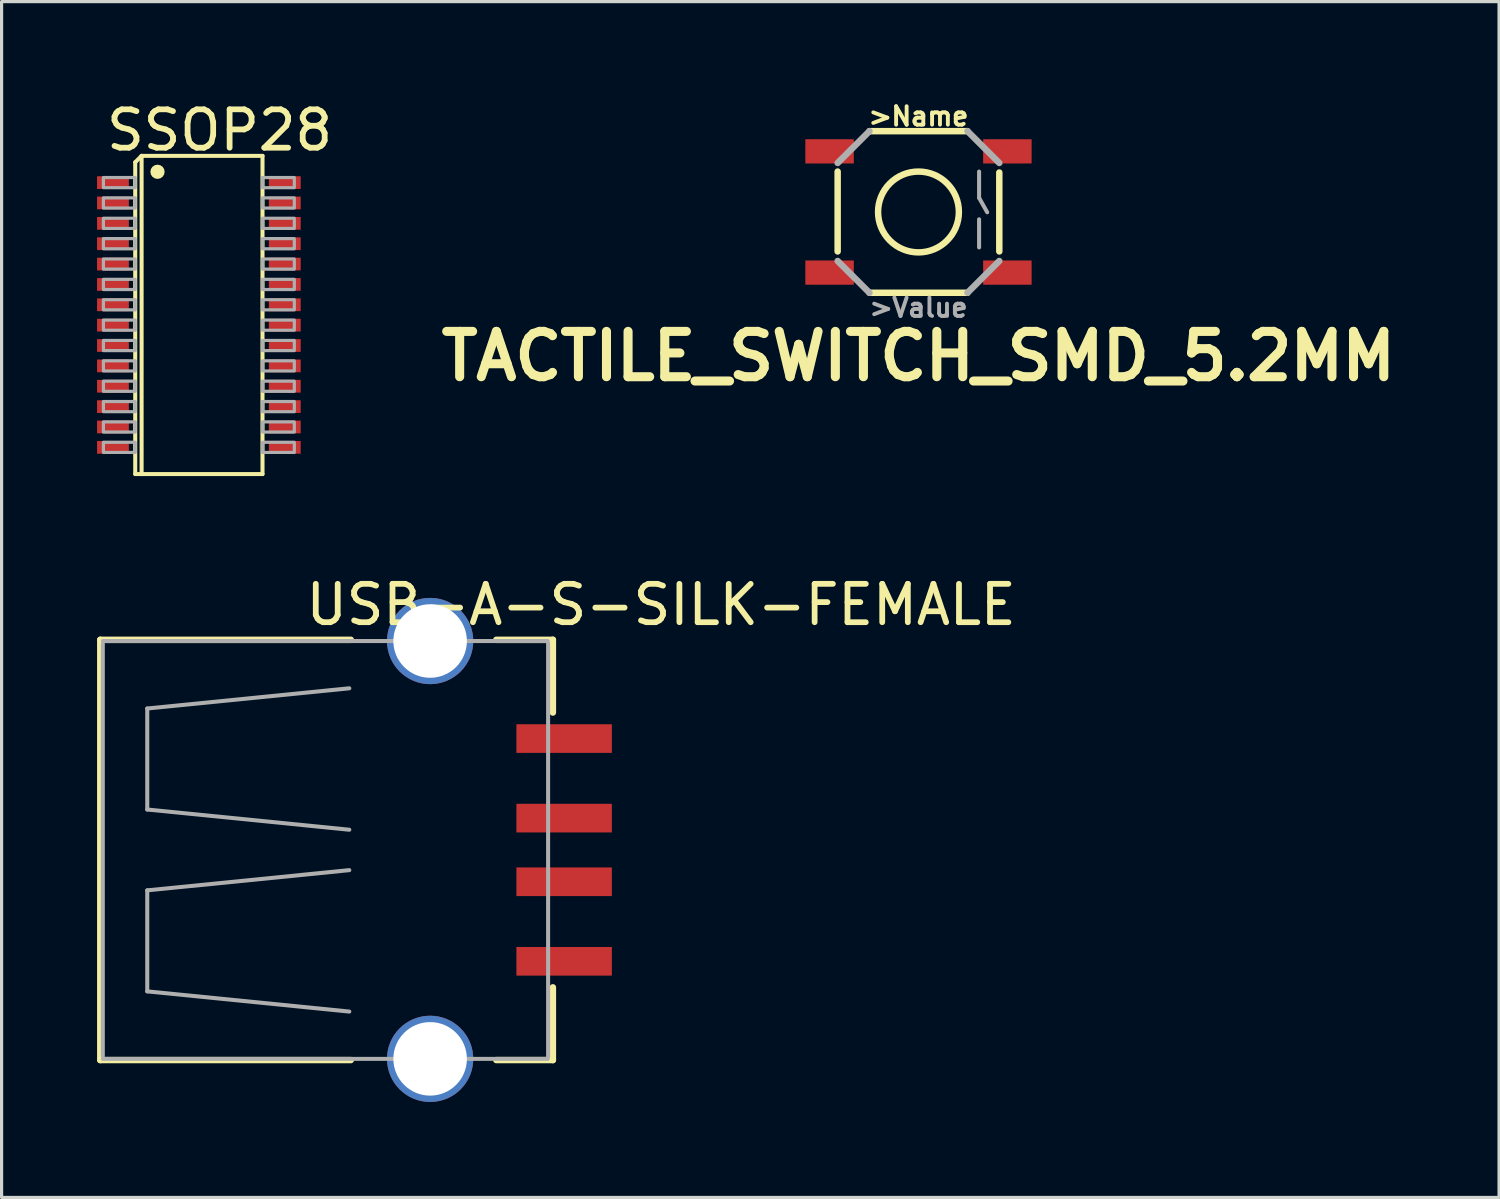
<source format=kicad_pcb>
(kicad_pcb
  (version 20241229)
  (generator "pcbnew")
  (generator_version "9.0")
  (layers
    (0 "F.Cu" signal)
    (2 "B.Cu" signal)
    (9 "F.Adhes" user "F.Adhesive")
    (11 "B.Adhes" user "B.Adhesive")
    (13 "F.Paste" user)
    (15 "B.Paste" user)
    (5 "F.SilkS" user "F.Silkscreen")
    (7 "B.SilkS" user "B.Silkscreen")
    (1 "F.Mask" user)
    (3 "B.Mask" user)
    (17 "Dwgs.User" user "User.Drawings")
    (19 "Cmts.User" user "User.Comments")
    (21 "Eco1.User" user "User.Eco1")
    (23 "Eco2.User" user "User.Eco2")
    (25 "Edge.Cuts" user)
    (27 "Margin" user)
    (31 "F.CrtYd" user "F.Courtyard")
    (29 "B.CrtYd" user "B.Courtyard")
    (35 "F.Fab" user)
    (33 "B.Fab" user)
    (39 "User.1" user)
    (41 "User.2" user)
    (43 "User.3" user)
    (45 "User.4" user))
  (footprint "TACTILE_SWITCH_SMD_5.2MM"
    (layer "F.Cu")
    (at 25.816 3.612)
    (property "Reference" "TACTILE_SWITCH_SMD_5.2MM" (at 0 4.533 0) (layer "F.SilkS") (effects (font (size 1.425 1.425) (thickness 0.285))))
    (attr through_hole)
    (fp_line (start -2.54 1.24) (end -2.54 -1.27) (stroke (width 0.203) (type solid)) (layer "F.SilkS"))
    (fp_line (start -1.54 -2.54) (end 1.54 -2.54) (stroke (width 0.203) (type solid)) (layer "F.SilkS"))
    (fp_line (start 1.54 2.54) (end -1.54 2.54) (stroke (width 0.203) (type solid)) (layer "F.SilkS"))
    (fp_line (start 2.54 -1.24) (end 2.54 1.24) (stroke (width 0.203) (type solid)) (layer "F.SilkS"))
    (fp_circle (center 0 0) (end 1.27 0) (stroke (width 0.203) (type solid)) (fill no) (layer "F.SilkS"))
    (fp_line (start -2.54 -1.54) (end -1.54 -2.54) (stroke (width 0.203) (type solid)) (layer "F.Fab"))
    (fp_line (start -1.54 2.54) (end -2.54 1.54) (stroke (width 0.203) (type solid)) (layer "F.Fab"))
    (fp_line (start 1.54 -2.54) (end 2.54 -1.54) (stroke (width 0.203) (type solid)) (layer "F.Fab"))
    (fp_line (start 1.905 -1.27) (end 1.905 -0.445) (stroke (width 0.127) (type solid)) (layer "F.Fab"))
    (fp_line (start 1.905 -0.445) (end 2.16 0.01) (stroke (width 0.127) (type solid)) (layer "F.Fab"))
    (fp_line (start 1.905 0.23) (end 1.905 1.115) (stroke (width 0.127) (type solid)) (layer "F.Fab"))
    (fp_line (start 2.54 1.54) (end 1.54 2.54) (stroke (width 0.203) (type solid)) (layer "F.Fab"))
    (fp_text user ">Name" (at 0 -2.667 0) (layer "F.SilkS") (effects (font (size 0.579 0.579) (thickness 0.122)) (justify bottom)))
    (fp_text user ">Value" (at 0 2.667 0) (layer "F.Fab") (effects (font (size 0.579 0.579) (thickness 0.122)) (justify top)))
    (pad "1" smd rect (at -2.794 -1.905 90) (size 0.762 1.524) (layers "F.Cu" "F.Mask" "F.Paste"))
    (pad "2" smd rect (at 2.794 -1.905 90) (size 0.762 1.524) (layers "F.Cu" "F.Mask" "F.Paste"))
    (pad "3" smd rect (at -2.794 1.905 90) (size 0.762 1.524) (layers "F.Cu" "F.Mask" "F.Paste"))
    (pad "4" smd rect (at 2.794 1.905 90) (size 0.762 1.524) (layers "F.Cu" "F.Mask" "F.Paste")))
  (footprint "SSOP28"
    (layer "F.Cu")
    (at 3.2 6.849)
    (property "Reference" "SSOP28" (at -3 -5.1 0) (layer "F.SilkS") (effects (font (size 1.206 1.206) (thickness 0.181)) (justify left bottom)))
    (attr through_hole)
    (fp_line (start -2 -4.8) (end -2 5) (stroke (width 0.127) (type solid)) (layer "F.SilkS"))
    (fp_line (start -2 5) (end -1.8 5) (stroke (width 0.127) (type solid)) (layer "F.SilkS"))
    (fp_line (start -1.8 -5) (end -2 -4.8) (stroke (width 0.127) (type solid)) (layer "F.SilkS"))
    (fp_line (start -1.8 -5) (end -1.8 5) (stroke (width 0.127) (type solid)) (layer "F.SilkS"))
    (fp_line (start -1.8 5) (end 2 5) (stroke (width 0.127) (type solid)) (layer "F.SilkS"))
    (fp_line (start 2 -5) (end -1.8 -5) (stroke (width 0.127) (type solid)) (layer "F.SilkS"))
    (fp_line (start 2 5) (end 2 -5) (stroke (width 0.127) (type solid)) (layer "F.SilkS"))
    (fp_circle (center -1.3 -4.5) (end -1.188 -4.5) (stroke (width 0.224) (type solid)) (fill no) (layer "F.SilkS"))
    (fp_poly (pts (xy -3 -4) (xy -2 -4) (xy -2 -4.32) (xy -3 -4.32)) (stroke (width 0.1) (type solid)) (fill no) (layer "F.Fab"))
    (fp_poly (pts (xy -3 -3.36) (xy -2 -3.36) (xy -2 -3.68) (xy -3 -3.68)) (stroke (width 0.1) (type solid)) (fill no) (layer "F.Fab"))
    (fp_poly (pts (xy -3 -2.72) (xy -2 -2.72) (xy -2 -3.04) (xy -3 -3.04)) (stroke (width 0.1) (type solid)) (fill no) (layer "F.Fab"))
    (fp_poly (pts (xy -3 -2.08) (xy -2 -2.08) (xy -2 -2.4) (xy -3 -2.4)) (stroke (width 0.1) (type solid)) (fill no) (layer "F.Fab"))
    (fp_poly (pts (xy -3 -1.44) (xy -2 -1.44) (xy -2 -1.76) (xy -3 -1.76)) (stroke (width 0.1) (type solid)) (fill no) (layer "F.Fab"))
    (fp_poly (pts (xy -3 -0.8) (xy -2 -0.8) (xy -2 -1.12) (xy -3 -1.12)) (stroke (width 0.1) (type solid)) (fill no) (layer "F.Fab"))
    (fp_poly (pts (xy -3 -0.16) (xy -2 -0.16) (xy -2 -0.48) (xy -3 -0.48)) (stroke (width 0.1) (type solid)) (fill no) (layer "F.Fab"))
    (fp_poly (pts (xy -3 0.48) (xy -2 0.48) (xy -2 0.16) (xy -3 0.16)) (stroke (width 0.1) (type solid)) (fill no) (layer "F.Fab"))
    (fp_poly (pts (xy -3 1.12) (xy -2 1.12) (xy -2 0.8) (xy -3 0.8)) (stroke (width 0.1) (type solid)) (fill no) (layer "F.Fab"))
    (fp_poly (pts (xy -3 1.76) (xy -2 1.76) (xy -2 1.44) (xy -3 1.44)) (stroke (width 0.1) (type solid)) (fill no) (layer "F.Fab"))
    (fp_poly (pts (xy -3 2.4) (xy -2 2.4) (xy -2 2.08) (xy -3 2.08)) (stroke (width 0.1) (type solid)) (fill no) (layer "F.Fab"))
    (fp_poly (pts (xy -3 3.04) (xy -2 3.04) (xy -2 2.72) (xy -3 2.72)) (stroke (width 0.1) (type solid)) (fill no) (layer "F.Fab"))
    (fp_poly (pts (xy -3 3.68) (xy -2 3.68) (xy -2 3.36) (xy -3 3.36)) (stroke (width 0.1) (type solid)) (fill no) (layer "F.Fab"))
    (fp_poly (pts (xy -3 4.32) (xy -2 4.32) (xy -2 4) (xy -3 4)) (stroke (width 0.1) (type solid)) (fill no) (layer "F.Fab"))
    (fp_poly (pts (xy 3 -4.32) (xy 2 -4.32) (xy 2 -4) (xy 3 -4)) (stroke (width 0.1) (type solid)) (fill no) (layer "F.Fab"))
    (fp_poly (pts (xy 3 -3.68) (xy 2 -3.68) (xy 2 -3.36) (xy 3 -3.36)) (stroke (width 0.1) (type solid)) (fill no) (layer "F.Fab"))
    (fp_poly (pts (xy 3 -3.04) (xy 2 -3.04) (xy 2 -2.72) (xy 3 -2.72)) (stroke (width 0.1) (type solid)) (fill no) (layer "F.Fab"))
    (fp_poly (pts (xy 3 -2.4) (xy 2 -2.4) (xy 2 -2.08) (xy 3 -2.08)) (stroke (width 0.1) (type solid)) (fill no) (layer "F.Fab"))
    (fp_poly (pts (xy 3 -1.76) (xy 2 -1.76) (xy 2 -1.44) (xy 3 -1.44)) (stroke (width 0.1) (type solid)) (fill no) (layer "F.Fab"))
    (fp_poly (pts (xy 3 -1.12) (xy 2 -1.12) (xy 2 -0.8) (xy 3 -0.8)) (stroke (width 0.1) (type solid)) (fill no) (layer "F.Fab"))
    (fp_poly (pts (xy 3 -0.48) (xy 2 -0.48) (xy 2 -0.16) (xy 3 -0.16)) (stroke (width 0.1) (type solid)) (fill no) (layer "F.Fab"))
    (fp_poly (pts (xy 3 0.16) (xy 2 0.16) (xy 2 0.48) (xy 3 0.48)) (stroke (width 0.1) (type solid)) (fill no) (layer "F.Fab"))
    (fp_poly (pts (xy 3 0.8) (xy 2 0.8) (xy 2 1.12) (xy 3 1.12)) (stroke (width 0.1) (type solid)) (fill no) (layer "F.Fab"))
    (fp_poly (pts (xy 3 1.44) (xy 2 1.44) (xy 2 1.76) (xy 3 1.76)) (stroke (width 0.1) (type solid)) (fill no) (layer "F.Fab"))
    (fp_poly (pts (xy 3 2.08) (xy 2 2.08) (xy 2 2.4) (xy 3 2.4)) (stroke (width 0.1) (type solid)) (fill no) (layer "F.Fab"))
    (fp_poly (pts (xy 3 2.72) (xy 2 2.72) (xy 2 3.04) (xy 3 3.04)) (stroke (width 0.1) (type solid)) (fill no) (layer "F.Fab"))
    (fp_poly (pts (xy 3 3.36) (xy 2 3.36) (xy 2 3.68) (xy 3 3.68)) (stroke (width 0.1) (type solid)) (fill no) (layer "F.Fab"))
    (fp_poly (pts (xy 3 4) (xy 2 4) (xy 2 4.32) (xy 3 4.32)) (stroke (width 0.1) (type solid)) (fill no) (layer "F.Fab"))
    (pad "1" smd rect (at -2.7 -4.16 180) (size 1 0.4) (layers "F.Cu" "F.Mask" "F.Paste"))
    (pad "2" smd rect (at -2.7 -3.52 180) (size 1 0.4) (layers "F.Cu" "F.Mask" "F.Paste"))
    (pad "3" smd rect (at -2.7 -2.88 180) (size 1 0.4) (layers "F.Cu" "F.Mask" "F.Paste"))
    (pad "4" smd rect (at -2.7 -2.24 180) (size 1 0.4) (layers "F.Cu" "F.Mask" "F.Paste"))
    (pad "5" smd rect (at -2.7 -1.6 180) (size 1 0.4) (layers "F.Cu" "F.Mask" "F.Paste"))
    (pad "6" smd rect (at -2.7 -0.96 180) (size 1 0.4) (layers "F.Cu" "F.Mask" "F.Paste"))
    (pad "7" smd rect (at -2.7 -0.32 180) (size 1 0.4) (layers "F.Cu" "F.Mask" "F.Paste"))
    (pad "8" smd rect (at -2.7 0.32 180) (size 1 0.4) (layers "F.Cu" "F.Mask" "F.Paste"))
    (pad "9" smd rect (at -2.7 0.96 180) (size 1 0.4) (layers "F.Cu" "F.Mask" "F.Paste"))
    (pad "10" smd rect (at -2.7 1.6 180) (size 1 0.4) (layers "F.Cu" "F.Mask" "F.Paste"))
    (pad "11" smd rect (at -2.7 2.24 180) (size 1 0.4) (layers "F.Cu" "F.Mask" "F.Paste"))
    (pad "12" smd rect (at -2.7 2.88 180) (size 1 0.4) (layers "F.Cu" "F.Mask" "F.Paste"))
    (pad "13" smd rect (at -2.7 3.52 180) (size 1 0.4) (layers "F.Cu" "F.Mask" "F.Paste"))
    (pad "14" smd rect (at -2.7 4.16 180) (size 1 0.4) (layers "F.Cu" "F.Mask" "F.Paste"))
    (pad "15" smd rect (at 2.7 4.16) (size 1 0.4) (layers "F.Cu" "F.Mask" "F.Paste"))
    (pad "16" smd rect (at 2.7 3.52) (size 1 0.4) (layers "F.Cu" "F.Mask" "F.Paste"))
    (pad "17" smd rect (at 2.7 2.88) (size 1 0.4) (layers "F.Cu" "F.Mask" "F.Paste"))
    (pad "18" smd rect (at 2.7 2.24) (size 1 0.4) (layers "F.Cu" "F.Mask" "F.Paste"))
    (pad "19" smd rect (at 2.7 1.6) (size 1 0.4) (layers "F.Cu" "F.Mask" "F.Paste"))
    (pad "20" smd rect (at 2.7 0.96) (size 1 0.4) (layers "F.Cu" "F.Mask" "F.Paste"))
    (pad "21" smd rect (at 2.7 0.32) (size 1 0.4) (layers "F.Cu" "F.Mask" "F.Paste"))
    (pad "22" smd rect (at 2.7 -0.32) (size 1 0.4) (layers "F.Cu" "F.Mask" "F.Paste"))
    (pad "23" smd rect (at 2.7 -0.96) (size 1 0.4) (layers "F.Cu" "F.Mask" "F.Paste"))
    (pad "24" smd rect (at 2.7 -1.6) (size 1 0.4) (layers "F.Cu" "F.Mask" "F.Paste"))
    (pad "25" smd rect (at 2.7 -2.24) (size 1 0.4) (layers "F.Cu" "F.Mask" "F.Paste"))
    (pad "26" smd rect (at 2.7 -2.88) (size 1 0.4) (layers "F.Cu" "F.Mask" "F.Paste"))
    (pad "27" smd rect (at 2.7 -3.52) (size 1 0.4) (layers "F.Cu" "F.Mask" "F.Paste"))
    (pad "28" smd rect (at 2.7 -4.16) (size 1 0.4) (layers "F.Cu" "F.Mask" "F.Paste")))
  (footprint "USB-A-S-SILK-FEMALE"
    (layer "F.Cu")
    (at 7.468 23.662)
    (property "Reference" "USB-A-S-SILK-FEMALE" (at -1 -7 180) (layer "F.SilkS") (effects (font (size 1.206 1.206) (thickness 0.181)) (justify left bottom)))
    (attr through_hole)
    (fp_line (start -7.366 -6.604) (end -7.366 6.604) (stroke (width 0.203) (type solid)) (layer "F.SilkS"))
    (fp_line (start -7.366 -6.604) (end 0.508 -6.604) (stroke (width 0.203) (type solid)) (layer "F.SilkS"))
    (fp_line (start -7.366 6.604) (end 0.508 6.604) (stroke (width 0.203) (type solid)) (layer "F.SilkS"))
    (fp_line (start 5.08 6.604) (end 6.858 6.604) (stroke (width 0.203) (type solid)) (layer "F.SilkS"))
    (fp_line (start 6.858 -6.604) (end 5.08 -6.604) (stroke (width 0.203) (type solid)) (layer "F.SilkS"))
    (fp_line (start 6.858 -4.318) (end 6.858 -6.604) (stroke (width 0.203) (type solid)) (layer "F.SilkS"))
    (fp_line (start 6.858 6.604) (end 6.858 4.318) (stroke (width 0.203) (type solid)) (layer "F.SilkS"))
    (fp_line (start -7.287 -6.477) (end -7.287 6.477) (stroke (width 0.127) (type solid)) (layer "F.Fab"))
    (fp_line (start -5.89 -4.445) (end -5.89 -1.27) (stroke (width 0.127) (type solid)) (layer "F.Fab"))
    (fp_line (start -5.89 -1.27) (end 0.46 -0.635) (stroke (width 0.127) (type solid)) (layer "F.Fab"))
    (fp_line (start -5.89 1.27) (end 0.46 0.635) (stroke (width 0.127) (type solid)) (layer "F.Fab"))
    (fp_line (start -5.89 4.445) (end -5.89 1.27) (stroke (width 0.127) (type solid)) (layer "F.Fab"))
    (fp_line (start 0.46 -5.08) (end -5.89 -4.445) (stroke (width 0.127) (type solid)) (layer "F.Fab"))
    (fp_line (start 0.46 5.08) (end -5.89 4.445) (stroke (width 0.127) (type solid)) (layer "F.Fab"))
    (fp_line (start 6.696 -6.566) (end -7.287 -6.566) (stroke (width 0.127) (type solid)) (layer "F.Fab"))
    (fp_line (start 6.696 6.566) (end -7.287 6.566) (stroke (width 0.127) (type solid)) (layer "F.Fab"))
    (fp_line (start 6.708 -6.502) (end 6.708 6.502) (stroke (width 0.127) (type solid)) (layer "F.Fab"))
    (pad "D+" smd rect (at 7.212 1) (size 3 0.9) (layers "F.Cu" "F.Mask" "F.Paste"))
    (pad "D-" smd rect (at 7.212 -1) (size 3 0.9) (layers "F.Cu" "F.Mask" "F.Paste"))
    (pad "GND" smd rect (at 7.212 3.5) (size 3 0.9) (layers "F.Cu" "F.Mask" "F.Paste"))
    (pad "SHLD1" thru_hole circle (at 3 6.566 270) (size 2.711 2.711) (drill 2.311) (layers "*.Cu" "*.Mask"))
    (pad "SHLD2" thru_hole circle (at 3 -6.566 270) (size 2.711 2.711) (drill 2.311) (layers "*.Cu" "*.Mask"))
    (pad "VBUS" smd rect (at 7.212 -3.5) (size 3 0.9) (layers "F.Cu" "F.Mask" "F.Paste")))
  (gr_rect
    (start -3 -3)
    (end 44.063 34.584)
    (stroke (width 0.1) (type default))
    (fill no)
    (layer "Edge.Cuts")))
</source>
